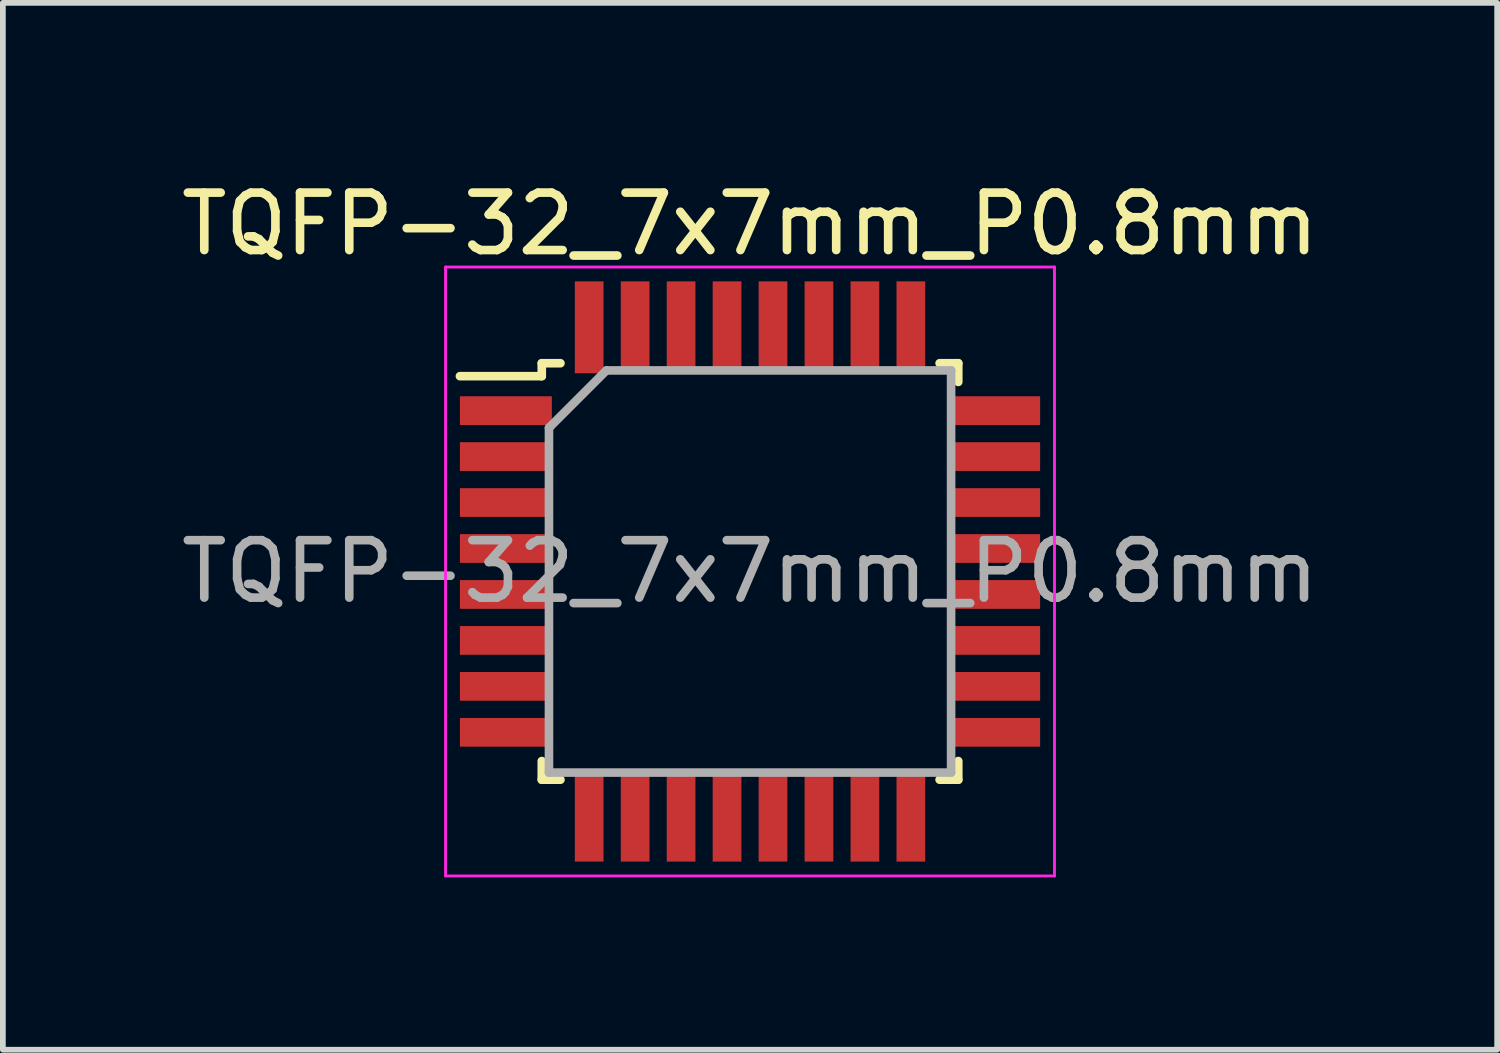
<source format=kicad_pcb>
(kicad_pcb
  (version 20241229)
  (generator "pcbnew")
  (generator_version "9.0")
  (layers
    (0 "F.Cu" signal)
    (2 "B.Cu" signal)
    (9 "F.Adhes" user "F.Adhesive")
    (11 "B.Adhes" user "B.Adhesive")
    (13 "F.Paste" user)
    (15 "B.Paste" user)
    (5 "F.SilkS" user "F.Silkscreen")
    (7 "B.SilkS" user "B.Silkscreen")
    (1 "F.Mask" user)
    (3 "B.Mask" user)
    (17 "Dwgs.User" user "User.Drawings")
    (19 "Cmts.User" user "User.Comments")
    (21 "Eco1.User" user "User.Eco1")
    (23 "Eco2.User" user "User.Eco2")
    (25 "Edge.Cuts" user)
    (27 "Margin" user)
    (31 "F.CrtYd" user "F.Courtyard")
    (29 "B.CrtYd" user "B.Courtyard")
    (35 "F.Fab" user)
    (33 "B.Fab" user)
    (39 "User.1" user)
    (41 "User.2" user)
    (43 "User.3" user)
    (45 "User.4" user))
  (footprint "TQFP-32_7x7mm_P0.8mm"
    (layer "F.Cu")
    (at 10.006 6.898)
    (property "Reference" "TQFP-32_7x7mm_P0.8mm" (at 0 -6.05 0) (layer "F.SilkS") (effects (font (size 1 1) (thickness 0.15))))
    (attr smd)
    (fp_line (start -3.625 -3.625) (end -3.625 -3.4) (stroke (width 0.15) (type solid)) (layer "F.SilkS"))
    (fp_line (start -3.625 -3.625) (end -3.3 -3.625) (stroke (width 0.15) (type solid)) (layer "F.SilkS"))
    (fp_line (start -3.625 -3.4) (end -5.05 -3.4) (stroke (width 0.15) (type solid)) (layer "F.SilkS"))
    (fp_line (start -3.625 3.625) (end -3.625 3.3) (stroke (width 0.15) (type solid)) (layer "F.SilkS"))
    (fp_line (start -3.625 3.625) (end -3.3 3.625) (stroke (width 0.15) (type solid)) (layer "F.SilkS"))
    (fp_line (start 3.625 -3.625) (end 3.3 -3.625) (stroke (width 0.15) (type solid)) (layer "F.SilkS"))
    (fp_line (start 3.625 -3.625) (end 3.625 -3.3) (stroke (width 0.15) (type solid)) (layer "F.SilkS"))
    (fp_line (start 3.625 3.625) (end 3.3 3.625) (stroke (width 0.15) (type solid)) (layer "F.SilkS"))
    (fp_line (start 3.625 3.625) (end 3.625 3.3) (stroke (width 0.15) (type solid)) (layer "F.SilkS"))
    (fp_line (start -5.3 -5.3) (end -5.3 5.3) (stroke (width 0.05) (type solid)) (layer "F.CrtYd"))
    (fp_line (start -5.3 -5.3) (end 5.3 -5.3) (stroke (width 0.05) (type solid)) (layer "F.CrtYd"))
    (fp_line (start -5.3 5.3) (end 5.3 5.3) (stroke (width 0.05) (type solid)) (layer "F.CrtYd"))
    (fp_line (start 5.3 -5.3) (end 5.3 5.3) (stroke (width 0.05) (type solid)) (layer "F.CrtYd"))
    (fp_line (start -3.5 -2.5) (end -2.5 -3.5) (stroke (width 0.15) (type solid)) (layer "F.Fab"))
    (fp_line (start -3.5 3.5) (end -3.5 -2.5) (stroke (width 0.15) (type solid)) (layer "F.Fab"))
    (fp_line (start -2.5 -3.5) (end 3.5 -3.5) (stroke (width 0.15) (type solid)) (layer "F.Fab"))
    (fp_line (start 3.5 -3.5) (end 3.5 3.5) (stroke (width 0.15) (type solid)) (layer "F.Fab"))
    (fp_line (start 3.5 3.5) (end -3.5 3.5) (stroke (width 0.15) (type solid)) (layer "F.Fab"))
    (fp_text user "${REFERENCE}" (at 0 0 0) (layer "F.Fab") (effects (font (size 1 1) (thickness 0.15))))
    (pad "1" smd rect (at -4.25 -2.8) (size 1.6 0.5) (layers "F.Cu" "F.Mask" "F.Paste"))
    (pad "2" smd rect (at -4.25 -2) (size 1.6 0.5) (layers "F.Cu" "F.Mask" "F.Paste"))
    (pad "3" smd rect (at -4.25 -1.2) (size 1.6 0.5) (layers "F.Cu" "F.Mask" "F.Paste"))
    (pad "4" smd rect (at -4.25 -0.4) (size 1.6 0.5) (layers "F.Cu" "F.Mask" "F.Paste"))
    (pad "5" smd rect (at -4.25 0.4) (size 1.6 0.5) (layers "F.Cu" "F.Mask" "F.Paste"))
    (pad "6" smd rect (at -4.25 1.2) (size 1.6 0.5) (layers "F.Cu" "F.Mask" "F.Paste"))
    (pad "7" smd rect (at -4.25 2) (size 1.6 0.5) (layers "F.Cu" "F.Mask" "F.Paste"))
    (pad "8" smd rect (at -4.25 2.8) (size 1.6 0.5) (layers "F.Cu" "F.Mask" "F.Paste"))
    (pad "9" smd rect (at -2.8 4.25 90) (size 1.6 0.5) (layers "F.Cu" "F.Mask" "F.Paste"))
    (pad "10" smd rect (at -2 4.25 90) (size 1.6 0.5) (layers "F.Cu" "F.Mask" "F.Paste"))
    (pad "11" smd rect (at -1.2 4.25 90) (size 1.6 0.5) (layers "F.Cu" "F.Mask" "F.Paste"))
    (pad "12" smd rect (at -0.4 4.25 90) (size 1.6 0.5) (layers "F.Cu" "F.Mask" "F.Paste"))
    (pad "13" smd rect (at 0.4 4.25 90) (size 1.6 0.5) (layers "F.Cu" "F.Mask" "F.Paste"))
    (pad "14" smd rect (at 1.2 4.25 90) (size 1.6 0.5) (layers "F.Cu" "F.Mask" "F.Paste"))
    (pad "15" smd rect (at 2 4.25 90) (size 1.6 0.5) (layers "F.Cu" "F.Mask" "F.Paste"))
    (pad "16" smd rect (at 2.8 4.25 90) (size 1.6 0.5) (layers "F.Cu" "F.Mask" "F.Paste"))
    (pad "17" smd rect (at 4.25 2.8) (size 1.6 0.5) (layers "F.Cu" "F.Mask" "F.Paste"))
    (pad "18" smd rect (at 4.25 2) (size 1.6 0.5) (layers "F.Cu" "F.Mask" "F.Paste"))
    (pad "19" smd rect (at 4.25 1.2) (size 1.6 0.5) (layers "F.Cu" "F.Mask" "F.Paste"))
    (pad "20" smd rect (at 4.25 0.4) (size 1.6 0.5) (layers "F.Cu" "F.Mask" "F.Paste"))
    (pad "21" smd rect (at 4.25 -0.4) (size 1.6 0.5) (layers "F.Cu" "F.Mask" "F.Paste"))
    (pad "22" smd rect (at 4.25 -1.2) (size 1.6 0.5) (layers "F.Cu" "F.Mask" "F.Paste"))
    (pad "23" smd rect (at 4.25 -2) (size 1.6 0.5) (layers "F.Cu" "F.Mask" "F.Paste"))
    (pad "24" smd rect (at 4.25 -2.8) (size 1.6 0.5) (layers "F.Cu" "F.Mask" "F.Paste"))
    (pad "25" smd rect (at 2.8 -4.25 90) (size 1.6 0.5) (layers "F.Cu" "F.Mask" "F.Paste"))
    (pad "26" smd rect (at 2 -4.25 90) (size 1.6 0.5) (layers "F.Cu" "F.Mask" "F.Paste"))
    (pad "27" smd rect (at 1.2 -4.25 90) (size 1.6 0.5) (layers "F.Cu" "F.Mask" "F.Paste"))
    (pad "28" smd rect (at 0.4 -4.25 90) (size 1.6 0.5) (layers "F.Cu" "F.Mask" "F.Paste"))
    (pad "29" smd rect (at -0.4 -4.25 90) (size 1.6 0.5) (layers "F.Cu" "F.Mask" "F.Paste"))
    (pad "30" smd rect (at -1.2 -4.25 90) (size 1.6 0.5) (layers "F.Cu" "F.Mask" "F.Paste"))
    (pad "31" smd rect (at -2 -4.25 90) (size 1.6 0.5) (layers "F.Cu" "F.Mask" "F.Paste"))
    (pad "32" smd rect (at -2.8 -4.25 90) (size 1.6 0.5) (layers "F.Cu" "F.Mask" "F.Paste")))
  (gr_rect
    (start -3 -3)
    (end 23.012 15.223)
    (stroke (width 0.1) (type default))
    (fill no)
    (layer "Edge.Cuts")))
</source>
